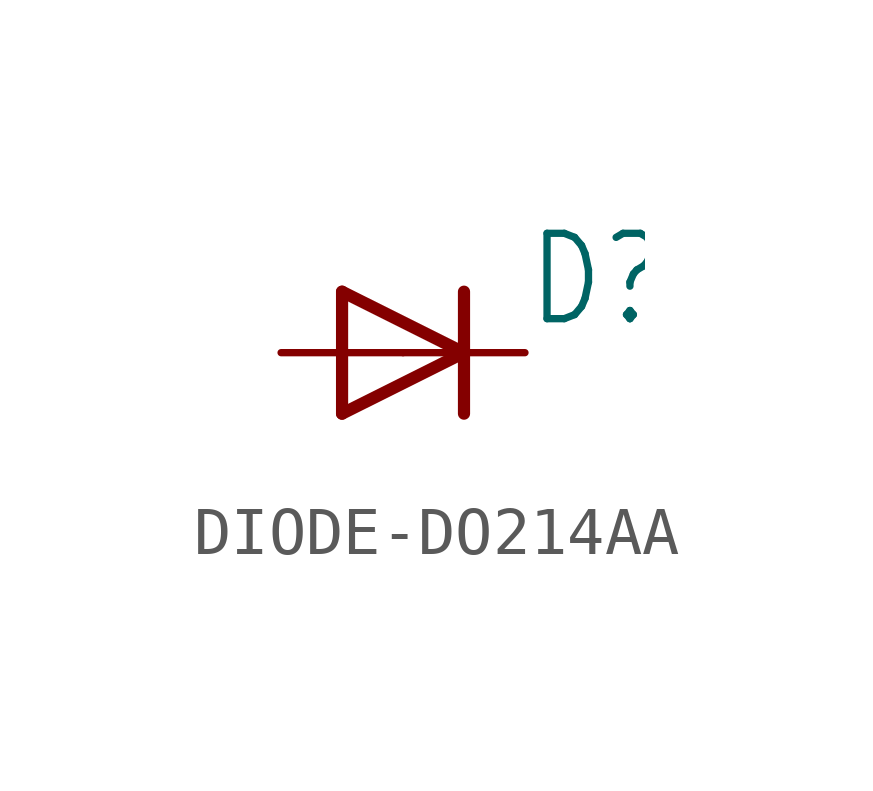
<source format=kicad_sym>
(kicad_symbol_lib
  (version 20241209)
  (generator "kicad_symbol_editor")
  (generator_version "9.0")
  (symbol "DIODE-DO214AA"
    (property "Reference" "D"
      (at 2.54 0.483 0)
      (effects (font (size 1.778 1.511)) (justify left bottom)))
    (property "Value" ""
      (at 2.54 -2.311 0)
      (effects (font (size 1.778 1.511)) (justify left bottom)))
    (property "ki_locked" ""
      (at 0 0 0)
      (effects (font (size 1.27 1.27))))
    (symbol "DIODE-DO214AA_1_0"
      (polyline (pts (xy -1.27 1.27) (xy -1.27 -1.27)) (stroke (width 0.254) (type solid)) (fill (type none)))
      (polyline (pts (xy -1.27 -1.27) (xy 1.27 0)) (stroke (width 0.254) (type solid)) (fill (type none)))
      (polyline (pts (xy 1.27 1.27) (xy 1.27 0)) (stroke (width 0.254) (type solid)) (fill (type none)))
      (polyline (pts (xy 1.27 0) (xy -1.27 1.27)) (stroke (width 0.254) (type solid)) (fill (type none)))
      (polyline (pts (xy 1.27 0) (xy 1.27 -1.27)) (stroke (width 0.254) (type solid)) (fill (type none)))
      (pin passive line (at -2.54 0 0) (length 2.54) (name "A" (effects (font (size 0 0)))) (number "A" (effects (font (size 0 0)))))
      (pin passive line (at 2.54 0 180) (length 2.54) (name "C" (effects (font (size 0 0)))) (number "C" (effects (font (size 0 0))))))))
</source>
